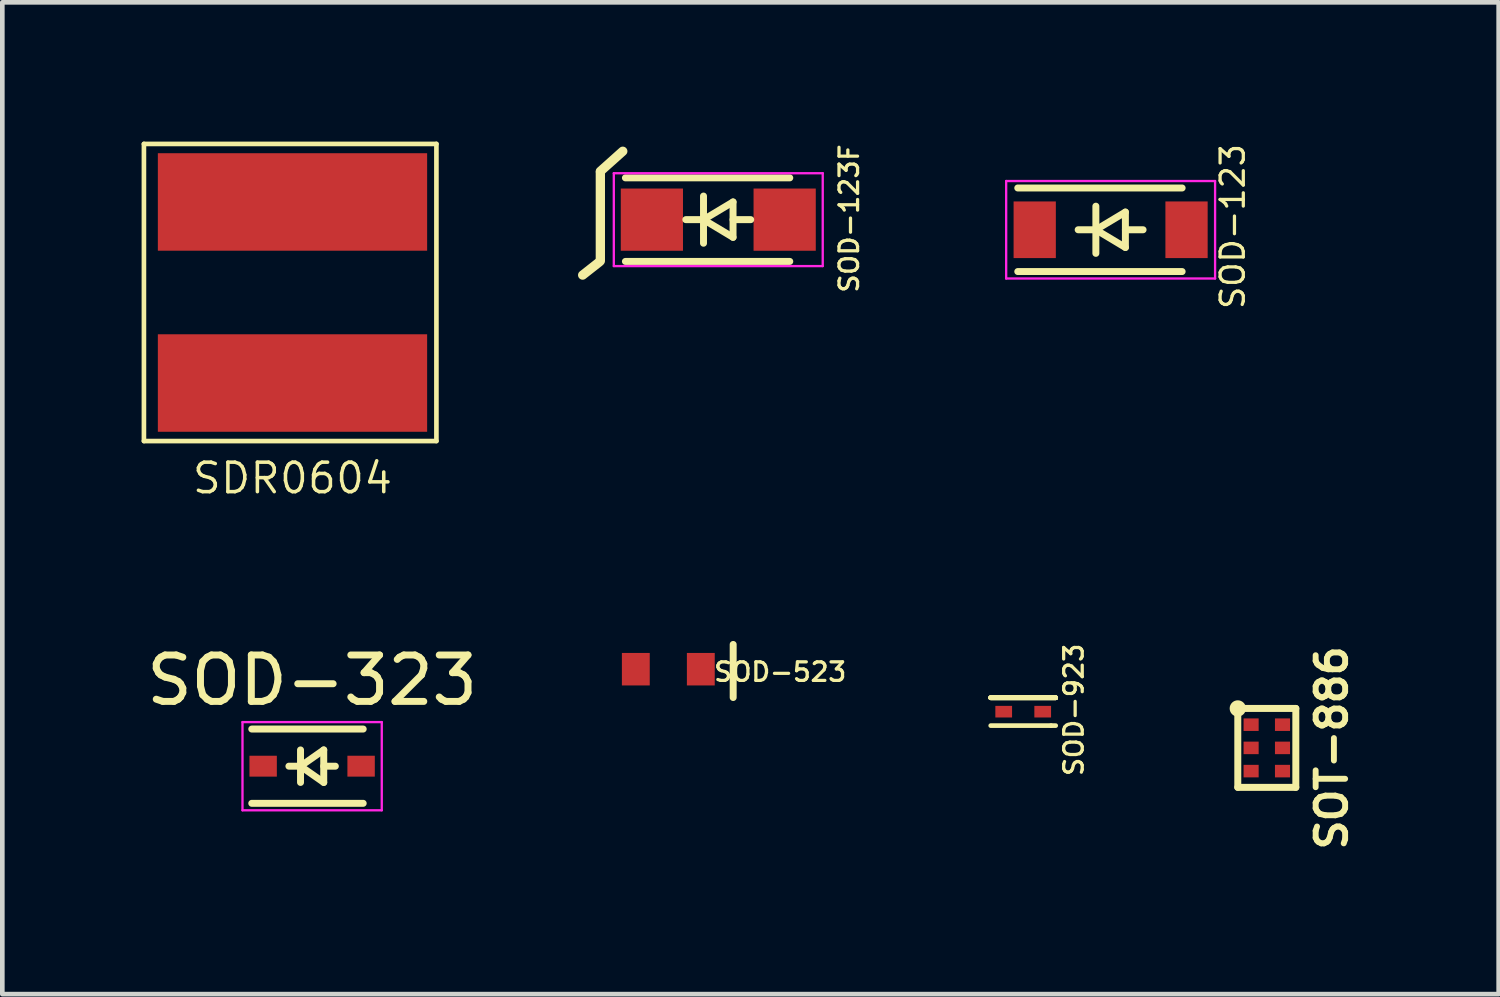
<source format=kicad_pcb>
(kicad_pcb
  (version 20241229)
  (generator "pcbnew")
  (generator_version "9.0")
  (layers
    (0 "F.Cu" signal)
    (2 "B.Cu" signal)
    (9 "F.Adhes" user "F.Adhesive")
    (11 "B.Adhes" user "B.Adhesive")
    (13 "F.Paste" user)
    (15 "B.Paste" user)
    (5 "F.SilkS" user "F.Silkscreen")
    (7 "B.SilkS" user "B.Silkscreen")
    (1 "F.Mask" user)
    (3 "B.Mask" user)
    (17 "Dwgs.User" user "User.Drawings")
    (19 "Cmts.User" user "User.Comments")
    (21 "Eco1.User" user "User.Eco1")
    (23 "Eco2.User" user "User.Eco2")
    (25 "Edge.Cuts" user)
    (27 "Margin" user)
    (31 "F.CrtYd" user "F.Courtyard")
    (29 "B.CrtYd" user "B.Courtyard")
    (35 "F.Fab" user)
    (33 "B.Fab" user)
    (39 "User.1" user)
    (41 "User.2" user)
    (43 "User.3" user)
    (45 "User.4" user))
  (footprint "SOD-123F"
    (layer "F.Cu")
    (at 12.421 1.681)
    (property "Reference" "SOD-123F" (at 2.819 -0.025 90) (layer "F.SilkS") (effects (font (size 0.4 0.4) (thickness 0.07))))
    (attr smd)
    (fp_line (start -2.565 0.914) (end -2.921 1.194) (stroke (width 0.2) (type solid)) (layer "F.SilkS"))
    (fp_line (start -2.54 -1.041) (end -2.057 -1.473) (stroke (width 0.2) (type solid)) (layer "F.SilkS"))
    (fp_line (start -2.54 -1.016) (end -2.54 0.889) (stroke (width 0.2) (type solid)) (layer "F.SilkS"))
    (fp_line (start -2 -0.9) (end 1.54 -0.9) (stroke (width 0.15) (type solid)) (layer "F.SilkS"))
    (fp_line (start -2 0.9) (end 1.54 0.9) (stroke (width 0.15) (type solid)) (layer "F.SilkS"))
    (fp_line (start -0.699 0) (end -0.318 0) (stroke (width 0.15) (type solid)) (layer "F.SilkS"))
    (fp_line (start -0.318 -0.508) (end -0.318 0.508) (stroke (width 0.15) (type solid)) (layer "F.SilkS"))
    (fp_line (start -0.318 0) (end 0.318 -0.381) (stroke (width 0.15) (type solid)) (layer "F.SilkS"))
    (fp_line (start 0.318 -0.381) (end 0.318 0.381) (stroke (width 0.15) (type solid)) (layer "F.SilkS"))
    (fp_line (start 0.318 0) (end 0.699 0) (stroke (width 0.15) (type solid)) (layer "F.SilkS"))
    (fp_line (start 0.318 0.381) (end -0.318 0) (stroke (width 0.15) (type solid)) (layer "F.SilkS"))
    (fp_line (start -2.25 -1) (end -2.25 1) (stroke (width 0.05) (type solid)) (layer "F.CrtYd"))
    (fp_line (start -2.25 -1) (end 2.25 -1) (stroke (width 0.05) (type solid)) (layer "F.CrtYd"))
    (fp_line (start 2.25 -1) (end 2.25 1) (stroke (width 0.05) (type solid)) (layer "F.CrtYd"))
    (fp_line (start 2.25 1) (end -2.25 1) (stroke (width 0.05) (type solid)) (layer "F.CrtYd"))
    (pad "A" smd rect (at 1.43 0) (size 1.34 1.34) (layers "F.Cu" "F.Mask" "F.Paste"))
    (pad "C" smd rect (at -1.43 0) (size 1.34 1.34) (layers "F.Cu" "F.Mask" "F.Paste")))
  (footprint "SOD-323"
    (layer "F.Cu")
    (at 3.673 13.453)
    (property "Reference" "SOD-323" (at 0 -1.85 0) (layer "F.SilkS") (effects (font (size 1 1) (thickness 0.15))))
    (attr smd)
    (fp_line (start -1.3 -0.8) (end 1.1 -0.8) (stroke (width 0.15) (type solid)) (layer "F.SilkS"))
    (fp_line (start -1.3 0.8) (end 1.1 0.8) (stroke (width 0.15) (type solid)) (layer "F.SilkS"))
    (fp_line (start -0.25 -0.35) (end -0.25 0.35) (stroke (width 0.15) (type solid)) (layer "F.SilkS"))
    (fp_line (start -0.25 0) (end -0.5 0) (stroke (width 0.15) (type solid)) (layer "F.SilkS"))
    (fp_line (start -0.25 0) (end 0.25 -0.35) (stroke (width 0.15) (type solid)) (layer "F.SilkS"))
    (fp_line (start 0.25 -0.35) (end 0.25 0.35) (stroke (width 0.15) (type solid)) (layer "F.SilkS"))
    (fp_line (start 0.25 0) (end 0.5 0) (stroke (width 0.15) (type solid)) (layer "F.SilkS"))
    (fp_line (start 0.25 0.35) (end -0.25 0) (stroke (width 0.15) (type solid)) (layer "F.SilkS"))
    (fp_line (start -1.5 -0.95) (end -1.5 0.95) (stroke (width 0.05) (type solid)) (layer "F.CrtYd"))
    (fp_line (start -1.5 -0.95) (end 1.5 -0.95) (stroke (width 0.05) (type solid)) (layer "F.CrtYd"))
    (fp_line (start -1.5 0.95) (end 1.5 0.95) (stroke (width 0.05) (type solid)) (layer "F.CrtYd"))
    (fp_line (start 1.5 -0.95) (end 1.5 0.95) (stroke (width 0.05) (type solid)) (layer "F.CrtYd"))
    (pad "1" smd rect (at -1.055 0) (size 0.59 0.45) (layers "F.Cu" "F.Mask" "F.Paste"))
    (pad "2" smd rect (at 1.055 0) (size 0.59 0.45) (layers "F.Cu" "F.Mask" "F.Paste")))
  (footprint "SOD-923"
    (layer "F.Cu")
    (at 18.989 12.279)
    (property "Reference" "SOD-923" (at 1.09 -0.04 90) (layer "F.SilkS") (effects (font (size 0.4 0.4) (thickness 0.07))))
    (attr smd)
    (fp_line (start -0.7 -0.3) (end 0.7 -0.3) (stroke (width 0.1) (type solid)) (layer "F.SilkS"))
    (fp_line (start -0.7 -0.3) (end 0.7 -0.3) (stroke (width 0.1) (type solid)) (layer "F.SilkS"))
    (fp_line (start -0.7 -0.3) (end 0.7 -0.3) (stroke (width 0.1) (type solid)) (layer "F.SilkS"))
    (fp_line (start -0.7 -0.3) (end 0.7 -0.3) (stroke (width 0.1) (type solid)) (layer "F.SilkS"))
    (fp_line (start -0.7 0.3) (end 0.6 0.3) (stroke (width 0.1) (type solid)) (layer "F.SilkS"))
    (fp_line (start 0.6 0.3) (end 0.7 0.3) (stroke (width 0.1) (type solid)) (layer "F.SilkS"))
    (fp_line (start 0.7 -0.3) (end -0.7 -0.3) (stroke (width 0.1) (type solid)) (layer "F.SilkS"))
    (fp_line (start 0.7 -0.3) (end -0.7 -0.3) (stroke (width 0.1) (type solid)) (layer "F.SilkS"))
    (fp_line (start 0.7 -0.3) (end -0.7 -0.3) (stroke (width 0.1) (type solid)) (layer "F.SilkS"))
    (fp_line (start 0.7 -0.3) (end -0.7 -0.3) (stroke (width 0.1) (type solid)) (layer "F.SilkS"))
    (pad "1" smd rect (at 0.42 0) (size 0.36 0.25) (layers "F.Cu" "F.Mask" "F.Paste"))
    (pad "2" smd rect (at -0.42 0) (size 0.36 0.25) (layers "F.Cu" "F.Mask" "F.Paste")))
  (footprint "SOT-886"
    (layer "F.Cu")
    (at 24.236 13.059)
    (property "Reference" "SOT-886" (at 1.4 0 90) (layer "F.SilkS") (effects (font (size 0.635 0.635) (thickness 0.127))))
    (attr smd)
    (fp_line (start -0.625 -0.85) (end 0.625 -0.85) (stroke (width 0.15) (type solid)) (layer "F.SilkS"))
    (fp_line (start -0.625 0.85) (end -0.625 -0.85) (stroke (width 0.15) (type solid)) (layer "F.SilkS"))
    (fp_line (start 0.625 -0.85) (end 0.625 0.85) (stroke (width 0.15) (type solid)) (layer "F.SilkS"))
    (fp_line (start 0.625 0.85) (end -0.625 0.85) (stroke (width 0.15) (type solid)) (layer "F.SilkS"))
    (fp_circle (center -0.625 -0.85) (end -0.525 -0.85) (stroke (width 0.15) (type solid)) (fill no) (layer "F.SilkS"))
    (pad "1" smd rect (at -0.338 -0.5) (size 0.325 0.27) (layers "F.Cu" "F.Mask" "F.Paste"))
    (pad "2" smd rect (at -0.338 0) (size 0.325 0.27) (layers "F.Cu" "F.Mask" "F.Paste"))
    (pad "3" smd rect (at -0.338 0.5) (size 0.325 0.27) (layers "F.Cu" "F.Mask" "F.Paste"))
    (pad "4" smd rect (at 0.338 0.5) (size 0.325 0.27) (layers "F.Cu" "F.Mask" "F.Paste"))
    (pad "5" smd rect (at 0.338 0) (size 0.325 0.27) (layers "F.Cu" "F.Mask" "F.Paste"))
    (pad "6" smd rect (at 0.338 -0.5) (size 0.325 0.27) (layers "F.Cu" "F.Mask" "F.Paste")))
  (footprint "SOD-523"
    (layer "F.Cu")
    (at 11.345 11.364)
    (property "Reference" "SOD-523" (at 2.41 0.06 0) (layer "F.SilkS") (effects (font (size 0.4 0.4) (thickness 0.07))))
    (attr smd)
    (fp_line (start 1.397 -0.533) (end 1.397 0.61) (stroke (width 0.15) (type solid)) (layer "F.SilkS"))
    (pad "1" smd rect (at 0.7 0) (size 0.6 0.7) (layers "F.Cu" "F.Mask" "F.Paste"))
    (pad "2" smd rect (at -0.7 0) (size 0.6 0.7) (layers "F.Cu" "F.Mask" "F.Paste")))
  (footprint "SDR0604"
    (layer "F.Cu")
    (at 3.25 3.25)
    (property "Reference" "SDR0604" (at 0 4 0) (layer "F.SilkS") (effects (font (size 0.635 0.635) (thickness 0.076))))
    (attr through_hole)
    (fp_line (start -3.2 -3.2) (end -3.2 3.2) (stroke (width 0.1) (type solid)) (layer "F.SilkS"))
    (fp_line (start -3.2 3.2) (end 3.1 3.2) (stroke (width 0.1) (type solid)) (layer "F.SilkS"))
    (fp_line (start 3.1 -3.2) (end -3.2 -3.2) (stroke (width 0.1) (type solid)) (layer "F.SilkS"))
    (fp_line (start 3.1 3.2) (end 3.1 -3.2) (stroke (width 0.1) (type solid)) (layer "F.SilkS"))
    (pad "1" smd rect (at 0 -1.95) (size 5.8 2.1) (layers "F.Cu" "F.Mask" "F.Paste"))
    (pad "2" smd rect (at 0 1.95) (size 5.8 2.1) (layers "F.Cu" "F.Mask" "F.Paste")))
  (footprint "SOD-123"
    (layer "F.Cu")
    (at 20.872 1.899)
    (property "Reference" "SOD-123" (at 2.63 -0.07 90) (layer "F.SilkS") (effects (font (size 0.5 0.5) (thickness 0.07))))
    (attr smd)
    (fp_line (start -2 -0.9) (end 1.54 -0.9) (stroke (width 0.15) (type solid)) (layer "F.SilkS"))
    (fp_line (start -2 0.9) (end 1.54 0.9) (stroke (width 0.15) (type solid)) (layer "F.SilkS"))
    (fp_line (start -0.699 0) (end -0.318 0) (stroke (width 0.15) (type solid)) (layer "F.SilkS"))
    (fp_line (start -0.318 -0.508) (end -0.318 0.508) (stroke (width 0.15) (type solid)) (layer "F.SilkS"))
    (fp_line (start -0.318 0) (end 0.318 -0.381) (stroke (width 0.15) (type solid)) (layer "F.SilkS"))
    (fp_line (start 0.318 -0.381) (end 0.318 0.381) (stroke (width 0.15) (type solid)) (layer "F.SilkS"))
    (fp_line (start 0.318 0) (end 0.699 0) (stroke (width 0.15) (type solid)) (layer "F.SilkS"))
    (fp_line (start 0.318 0.381) (end -0.318 0) (stroke (width 0.15) (type solid)) (layer "F.SilkS"))
    (fp_line (start -2.25 -1.05) (end -2.25 1.05) (stroke (width 0.05) (type solid)) (layer "F.CrtYd"))
    (fp_line (start -2.25 -1.05) (end 2.25 -1.05) (stroke (width 0.05) (type solid)) (layer "F.CrtYd"))
    (fp_line (start 2.25 -1.05) (end 2.25 1.05) (stroke (width 0.05) (type solid)) (layer "F.CrtYd"))
    (fp_line (start 2.25 1.05) (end -2.25 1.05) (stroke (width 0.05) (type solid)) (layer "F.CrtYd"))
    (pad "1" smd rect (at -1.635 0) (size 0.91 1.22) (layers "F.Cu" "F.Mask" "F.Paste"))
    (pad "2" smd rect (at 1.635 0) (size 0.91 1.22) (layers "F.Cu" "F.Mask" "F.Paste")))
  (gr_rect
    (start -3 -3)
    (end 29.23 18.363)
    (stroke (width 0.1) (type default))
    (fill no)
    (layer "Edge.Cuts")))
</source>
